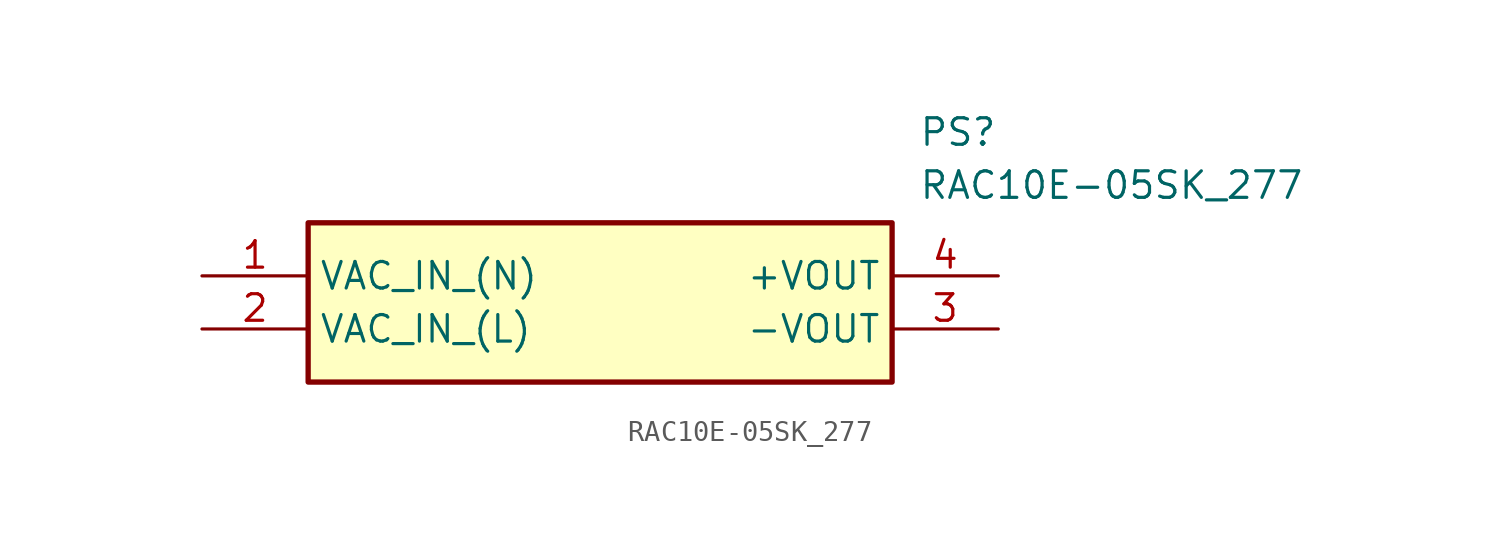
<source format=kicad_sym>
(kicad_symbol_lib
  (version 20220914)
  (generator kicad_symbol_editor)
  (symbol "RAC10E-05SK_277"
    (property "Reference" "PS"
      (at 34.29 7.62 0)
      (effects (font (size 1.27 1.27)) (justify left top)))
    (property "Value" "RAC10E-05SK_277"
      (at 34.29 5.08 0)
      (effects (font (size 1.27 1.27)) (justify left top)))
    (symbol "RAC10E-05SK_277_1_1"
      (rectangle (start 5.08 2.54) (end 33.02 -5.08) (stroke (width 0.254) (type default)) (fill (type background)))
      (pin passive line (at 0 0 0) (length 5.08) (name "VAC_IN_(N)" (effects (font (size 1.27 1.27)))) (number "1" (effects (font (size 1.27 1.27)))))
      (pin passive line (at 0 -2.54 0) (length 5.08) (name "VAC_IN_(L)" (effects (font (size 1.27 1.27)))) (number "2" (effects (font (size 1.27 1.27)))))
      (pin power_out line (at 38.1 -2.54 180) (length 5.08) (name "-VOUT" (effects (font (size 1.27 1.27)))) (number "3" (effects (font (size 1.27 1.27)))))
      (pin power_out line (at 38.1 0 180) (length 5.08) (name "+VOUT" (effects (font (size 1.27 1.27)))) (number "4" (effects (font (size 1.27 1.27))))))))
</source>
